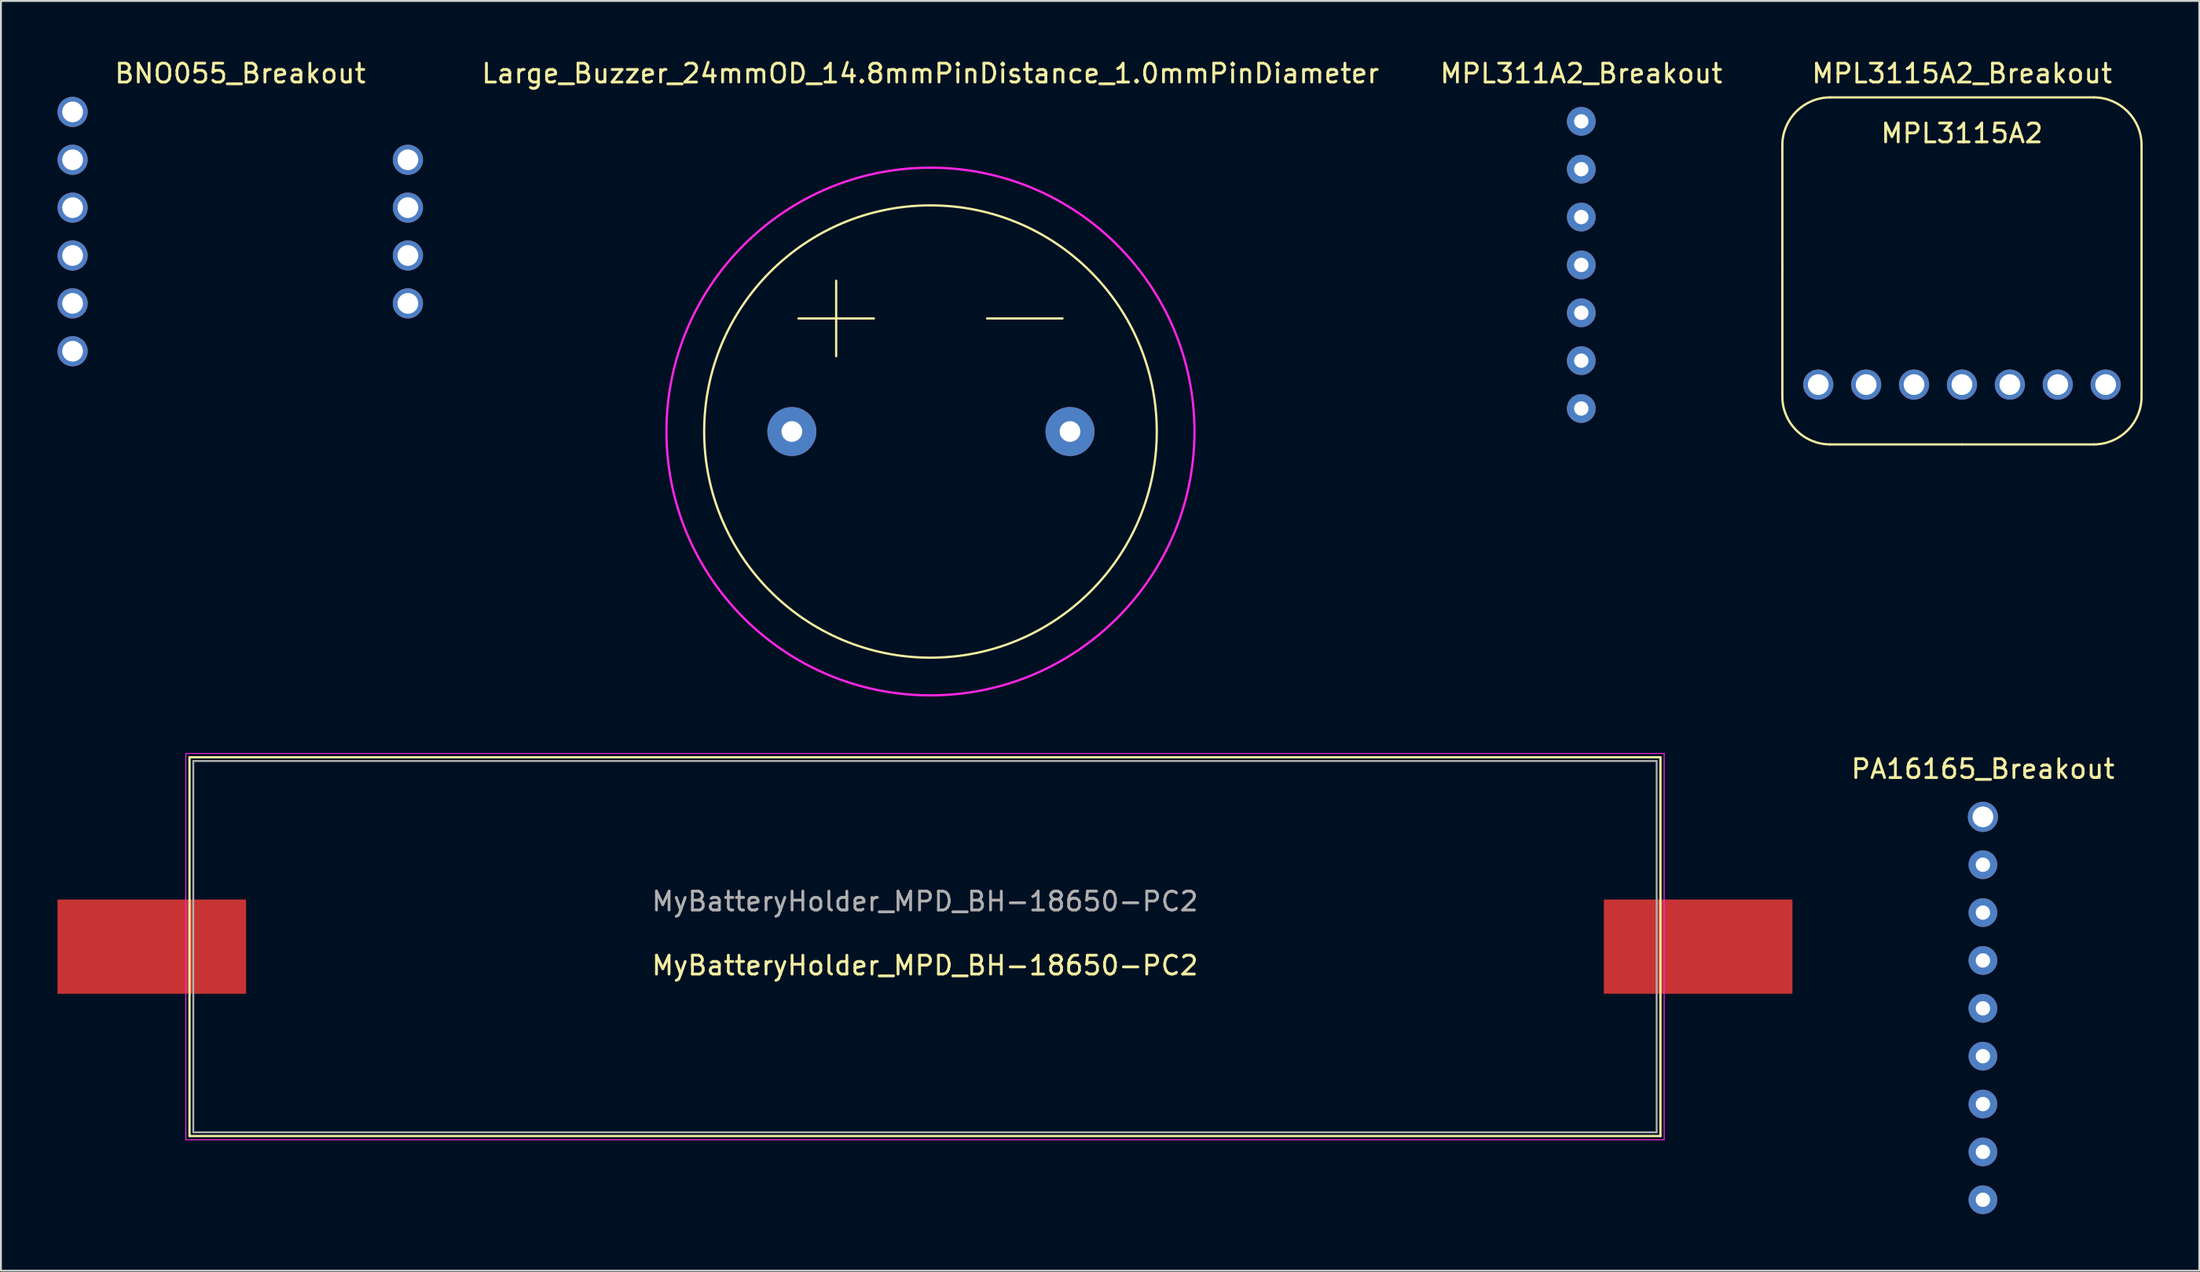
<source format=kicad_pcb>
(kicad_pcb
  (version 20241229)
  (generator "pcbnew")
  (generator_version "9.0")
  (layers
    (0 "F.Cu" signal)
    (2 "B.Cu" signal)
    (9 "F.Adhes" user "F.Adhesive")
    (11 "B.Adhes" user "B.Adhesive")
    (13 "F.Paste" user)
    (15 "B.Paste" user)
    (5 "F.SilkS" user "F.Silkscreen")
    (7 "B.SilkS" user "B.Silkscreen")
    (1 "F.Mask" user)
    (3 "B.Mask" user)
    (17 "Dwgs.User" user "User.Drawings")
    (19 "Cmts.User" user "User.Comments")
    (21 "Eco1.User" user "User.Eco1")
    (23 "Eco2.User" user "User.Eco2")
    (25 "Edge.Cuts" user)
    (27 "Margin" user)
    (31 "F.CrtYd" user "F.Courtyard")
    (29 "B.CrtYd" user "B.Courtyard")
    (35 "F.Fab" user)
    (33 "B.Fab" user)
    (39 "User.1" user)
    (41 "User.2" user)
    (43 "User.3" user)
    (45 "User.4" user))
  (footprint "PA16165_Breakout"
    (layer "F.Cu")
    (at 102.101 50.456)
    (property "Reference" "PA16165_Breakout" (at 0 -12.7 0) (layer "F.SilkS") (effects (font (size 1 1) (thickness 0.15))))
    (attr through_hole)
    (pad "1" thru_hole circle (at 0 -10.16) (size 1.6 1.6) (drill 1.1) (layers "*.Cu" "*.Mask"))
    (pad "2" thru_hole circle (at 0 -7.62) (size 1.524 1.524) (drill 0.762) (layers "*.Cu" "*.Mask"))
    (pad "3" thru_hole circle (at 0 -5.08) (size 1.524 1.524) (drill 0.762) (layers "*.Cu" "*.Mask"))
    (pad "4" thru_hole circle (at 0 -2.54) (size 1.524 1.524) (drill 0.762) (layers "*.Cu" "*.Mask"))
    (pad "5" thru_hole circle (at 0 0) (size 1.524 1.524) (drill 0.762) (layers "*.Cu" "*.Mask"))
    (pad "6" thru_hole circle (at 0 2.54) (size 1.524 1.524) (drill 0.762) (layers "*.Cu" "*.Mask"))
    (pad "7" thru_hole circle (at 0 5.08) (size 1.524 1.524) (drill 0.762) (layers "*.Cu" "*.Mask"))
    (pad "8" thru_hole circle (at 0 7.62) (size 1.524 1.524) (drill 0.762) (layers "*.Cu" "*.Mask"))
    (pad "9" thru_hole circle (at 0 10.16) (size 1.524 1.524) (drill 0.762) (layers "*.Cu" "*.Mask")))
  (footprint "MPL311A2_Breakout"
    (layer "F.Cu")
    (at 80.803 11.008)
    (property "Reference" "MPL311A2_Breakout" (at 0 -10.16 0) (layer "F.SilkS") (effects (font (size 1 1) (thickness 0.15))))
    (attr through_hole)
    (pad "1" thru_hole circle (at 0 -7.62) (size 1.524 1.524) (drill 0.762) (layers "*.Cu" "*.Mask"))
    (pad "2" thru_hole circle (at 0 -5.08) (size 1.524 1.524) (drill 0.762) (layers "*.Cu" "*.Mask"))
    (pad "3" thru_hole circle (at 0 -2.54) (size 1.524 1.524) (drill 0.762) (layers "*.Cu" "*.Mask"))
    (pad "4" thru_hole circle (at 0 0) (size 1.524 1.524) (drill 0.762) (layers "*.Cu" "*.Mask"))
    (pad "5" thru_hole circle (at 0 2.54) (size 1.524 1.524) (drill 0.762) (layers "*.Cu" "*.Mask"))
    (pad "6" thru_hole circle (at 0 5.08) (size 1.524 1.524) (drill 0.762) (layers "*.Cu" "*.Mask"))
    (pad "7" thru_hole circle (at 0 7.62) (size 1.524 1.524) (drill 0.762) (layers "*.Cu" "*.Mask")))
  (footprint "BNO055_Breakout"
    (layer "F.Cu")
    (at 9.69 9.238)
    (property "Reference" "BNO055_Breakout" (at 0 -8.39 0) (layer "F.SilkS") (effects (font (size 1 1) (thickness 0.15))))
    (attr through_hole)
    (pad "1" thru_hole circle (at -8.89 -6.35) (size 1.6 1.6) (drill 1.1) (layers "*.Cu" "*.Mask"))
    (pad "2" thru_hole circle (at -8.89 -3.81) (size 1.6 1.6) (drill 1.1) (layers "*.Cu" "*.Mask"))
    (pad "3" thru_hole circle (at -8.89 -1.27) (size 1.6 1.6) (drill 1.1) (layers "*.Cu" "*.Mask"))
    (pad "4" thru_hole circle (at -8.89 1.27) (size 1.6 1.6) (drill 1.1) (layers "*.Cu" "*.Mask"))
    (pad "5" thru_hole circle (at -8.89 3.81) (size 1.6 1.6) (drill 1.1) (layers "*.Cu" "*.Mask"))
    (pad "6" thru_hole circle (at -8.89 6.35) (size 1.6 1.6) (drill 1.1) (layers "*.Cu" "*.Mask"))
    (pad "7" thru_hole circle (at 8.89 3.81) (size 1.6 1.6) (drill 1.1) (layers "*.Cu" "*.Mask"))
    (pad "8" thru_hole circle (at 8.89 1.27) (size 1.6 1.6) (drill 1.1) (layers "*.Cu" "*.Mask"))
    (pad "9" thru_hole circle (at 8.89 -1.27) (size 1.6 1.6) (drill 1.1) (layers "*.Cu" "*.Mask"))
    (pad "10" thru_hole circle (at 8.89 -3.81) (size 1.6 1.6) (drill 1.1) (layers "*.Cu" "*.Mask")))
  (footprint "Large_Buzzer_24mmOD_14.8mmPinDistance_1.0mmPinDiameter"
    (layer "F.Cu")
    (at 46.291 19.848)
    (property "Reference" "Large_Buzzer_24mmOD_14.8mmPinDistance_1.0mmPinDiameter" (at 0 -19 0) (layer "F.SilkS") (effects (font (size 1 1) (thickness 0.15))))
    (attr through_hole)
    (fp_line (start -7 -6) (end -3 -6) (stroke (width 0.12) (type solid)) (layer "F.SilkS"))
    (fp_line (start -5 -8) (end -5 -4) (stroke (width 0.12) (type solid)) (layer "F.SilkS"))
    (fp_line (start 3 -6) (end 7 -6) (stroke (width 0.12) (type solid)) (layer "F.SilkS"))
    (fp_circle (center 0 0) (end 12 0) (stroke (width 0.12) (type solid)) (fill no) (layer "F.SilkS"))
    (fp_circle (center 0 0) (end 14 0) (stroke (width 0.12) (type solid)) (fill no) (layer "F.CrtYd"))
    (pad "1" thru_hole circle (at -7.35 0) (size 2.6 2.6) (drill 1.1) (layers "*.Cu" "*.Mask"))
    (pad "2" thru_hole circle (at 7.4 0) (size 2.6 2.6) (drill 1.1) (layers "*.Cu" "*.Mask")))
  (footprint "MyBatteryHolder_MPD_BH-18650-PC2"
    (layer "F.Cu")
    (at 10 47.183)
    (property "Reference" "MyBatteryHolder_MPD_BH-18650-PC2" (at 36 1 0) (layer "F.SilkS") (effects (font (size 1 1) (thickness 0.15))))
    (attr through_hole)
    (fp_line (start -3 -10.05) (end 75 -10.05) (stroke (width 0.12) (type solid)) (layer "F.SilkS"))
    (fp_line (start -3 10.05) (end -3 -10.05) (stroke (width 0.12) (type solid)) (layer "F.SilkS"))
    (fp_line (start 75 -10.05) (end 75 10.05) (stroke (width 0.12) (type solid)) (layer "F.SilkS"))
    (fp_line (start 75 10.05) (end -3 10.05) (stroke (width 0.12) (type solid)) (layer "F.SilkS"))
    (fp_line (start -3.2 -10.25) (end 75.2 -10.25) (stroke (width 0.05) (type solid)) (layer "F.CrtYd"))
    (fp_line (start -3.2 10.25) (end -3.2 -10.25) (stroke (width 0.05) (type solid)) (layer "F.CrtYd"))
    (fp_line (start 75.2 -10.25) (end 75.2 10.25) (stroke (width 0.05) (type solid)) (layer "F.CrtYd"))
    (fp_line (start 75.2 10.25) (end -3.2 10.25) (stroke (width 0.05) (type solid)) (layer "F.CrtYd"))
    (fp_line (start -2.8 -9.85) (end 74.8 -9.85) (stroke (width 0.1) (type solid)) (layer "F.Fab"))
    (fp_line (start -2.8 9.85) (end -2.8 -9.85) (stroke (width 0.1) (type solid)) (layer "F.Fab"))
    (fp_line (start 74.8 -9.85) (end 74.8 9.85) (stroke (width 0.1) (type solid)) (layer "F.Fab"))
    (fp_line (start 74.8 9.85) (end -2.8 9.85) (stroke (width 0.1) (type solid)) (layer "F.Fab"))
    (fp_text user "${REFERENCE}" (at 36 -2.4 0) (layer "F.Fab") (effects (font (size 1 1) (thickness 0.15))))
    (pad "1" smd rect (at -5 0) (size 10 5) (layers "F.Cu" "F.Mask" "F.Paste"))
    (pad "2" smd rect (at 77 0) (size 10 5) (layers "F.Cu" "F.Mask" "F.Paste")))
  (footprint "MPL3115A2_Breakout"
    (layer "F.Cu")
    (at 100.989 11.008)
    (property "Reference" "MPL3115A2_Breakout" (at 0 -10.16 0) (layer "F.SilkS") (effects (font (size 1 1) (thickness 0.15))))
    (attr through_hole)
    (fp_line (start -9.525 0) (end -9.525 -6.35) (stroke (width 0.12) (type solid)) (layer "F.SilkS"))
    (fp_line (start -9.525 6.985) (end -9.525 0) (stroke (width 0.12) (type solid)) (layer "F.SilkS"))
    (fp_line (start -6.985 -8.89) (end 6.985 -8.89) (stroke (width 0.12) (type solid)) (layer "F.SilkS"))
    (fp_line (start 0 9.525) (end -6.985 9.525) (stroke (width 0.12) (type solid)) (layer "F.SilkS"))
    (fp_line (start 0 9.525) (end 6.985 9.525) (stroke (width 0.12) (type solid)) (layer "F.SilkS"))
    (fp_line (start 9.525 -6.35) (end 9.525 6.985) (stroke (width 0.12) (type solid)) (layer "F.SilkS"))
    (fp_arc (start -9.525 -6.35) (mid -8.781051 -8.146051) (end -6.985 -8.89) (stroke (width 0.12) (type solid)) (layer "F.SilkS"))
    (fp_arc (start -6.985 9.525) (mid -8.781051 8.781051) (end -9.525 6.985) (stroke (width 0.12) (type solid)) (layer "F.SilkS"))
    (fp_arc (start 6.985 -8.89) (mid 8.781051 -8.146051) (end 9.525 -6.35) (stroke (width 0.12) (type solid)) (layer "F.SilkS"))
    (fp_arc (start 9.525 6.985) (mid 8.781051 8.781051) (end 6.985 9.525) (stroke (width 0.12) (type solid)) (layer "F.SilkS"))
    (fp_text user "MPL3115A2" (at 0 -6.985 0) (layer "F.SilkS") (effects (font (size 1 1) (thickness 0.15))))
    (pad "1" thru_hole circle (at -7.62 6.35 90) (size 1.6 1.6) (drill 1.1) (layers "*.Cu" "*.Mask"))
    (pad "2" thru_hole circle (at -5.08 6.35 90) (size 1.6 1.6) (drill 1.1) (layers "*.Cu" "*.Mask"))
    (pad "3" thru_hole circle (at -2.54 6.35 90) (size 1.6 1.6) (drill 1.1) (layers "*.Cu" "*.Mask"))
    (pad "4" thru_hole circle (at 0 6.35 90) (size 1.6 1.6) (drill 1.1) (layers "*.Cu" "*.Mask"))
    (pad "5" thru_hole circle (at 2.54 6.35 90) (size 1.6 1.6) (drill 1.1) (layers "*.Cu" "*.Mask"))
    (pad "6" thru_hole circle (at 5.08 6.35 90) (size 1.6 1.6) (drill 1.1) (layers "*.Cu" "*.Mask"))
    (pad "7" thru_hole circle (at 7.62 6.35 90) (size 1.6 1.6) (drill 1.1) (layers "*.Cu" "*.Mask")))
  (gr_rect
    (start -3 -3)
    (end 113.574 64.379)
    (stroke (width 0.1) (type default))
    (fill no)
    (layer "Edge.Cuts")))
</source>
